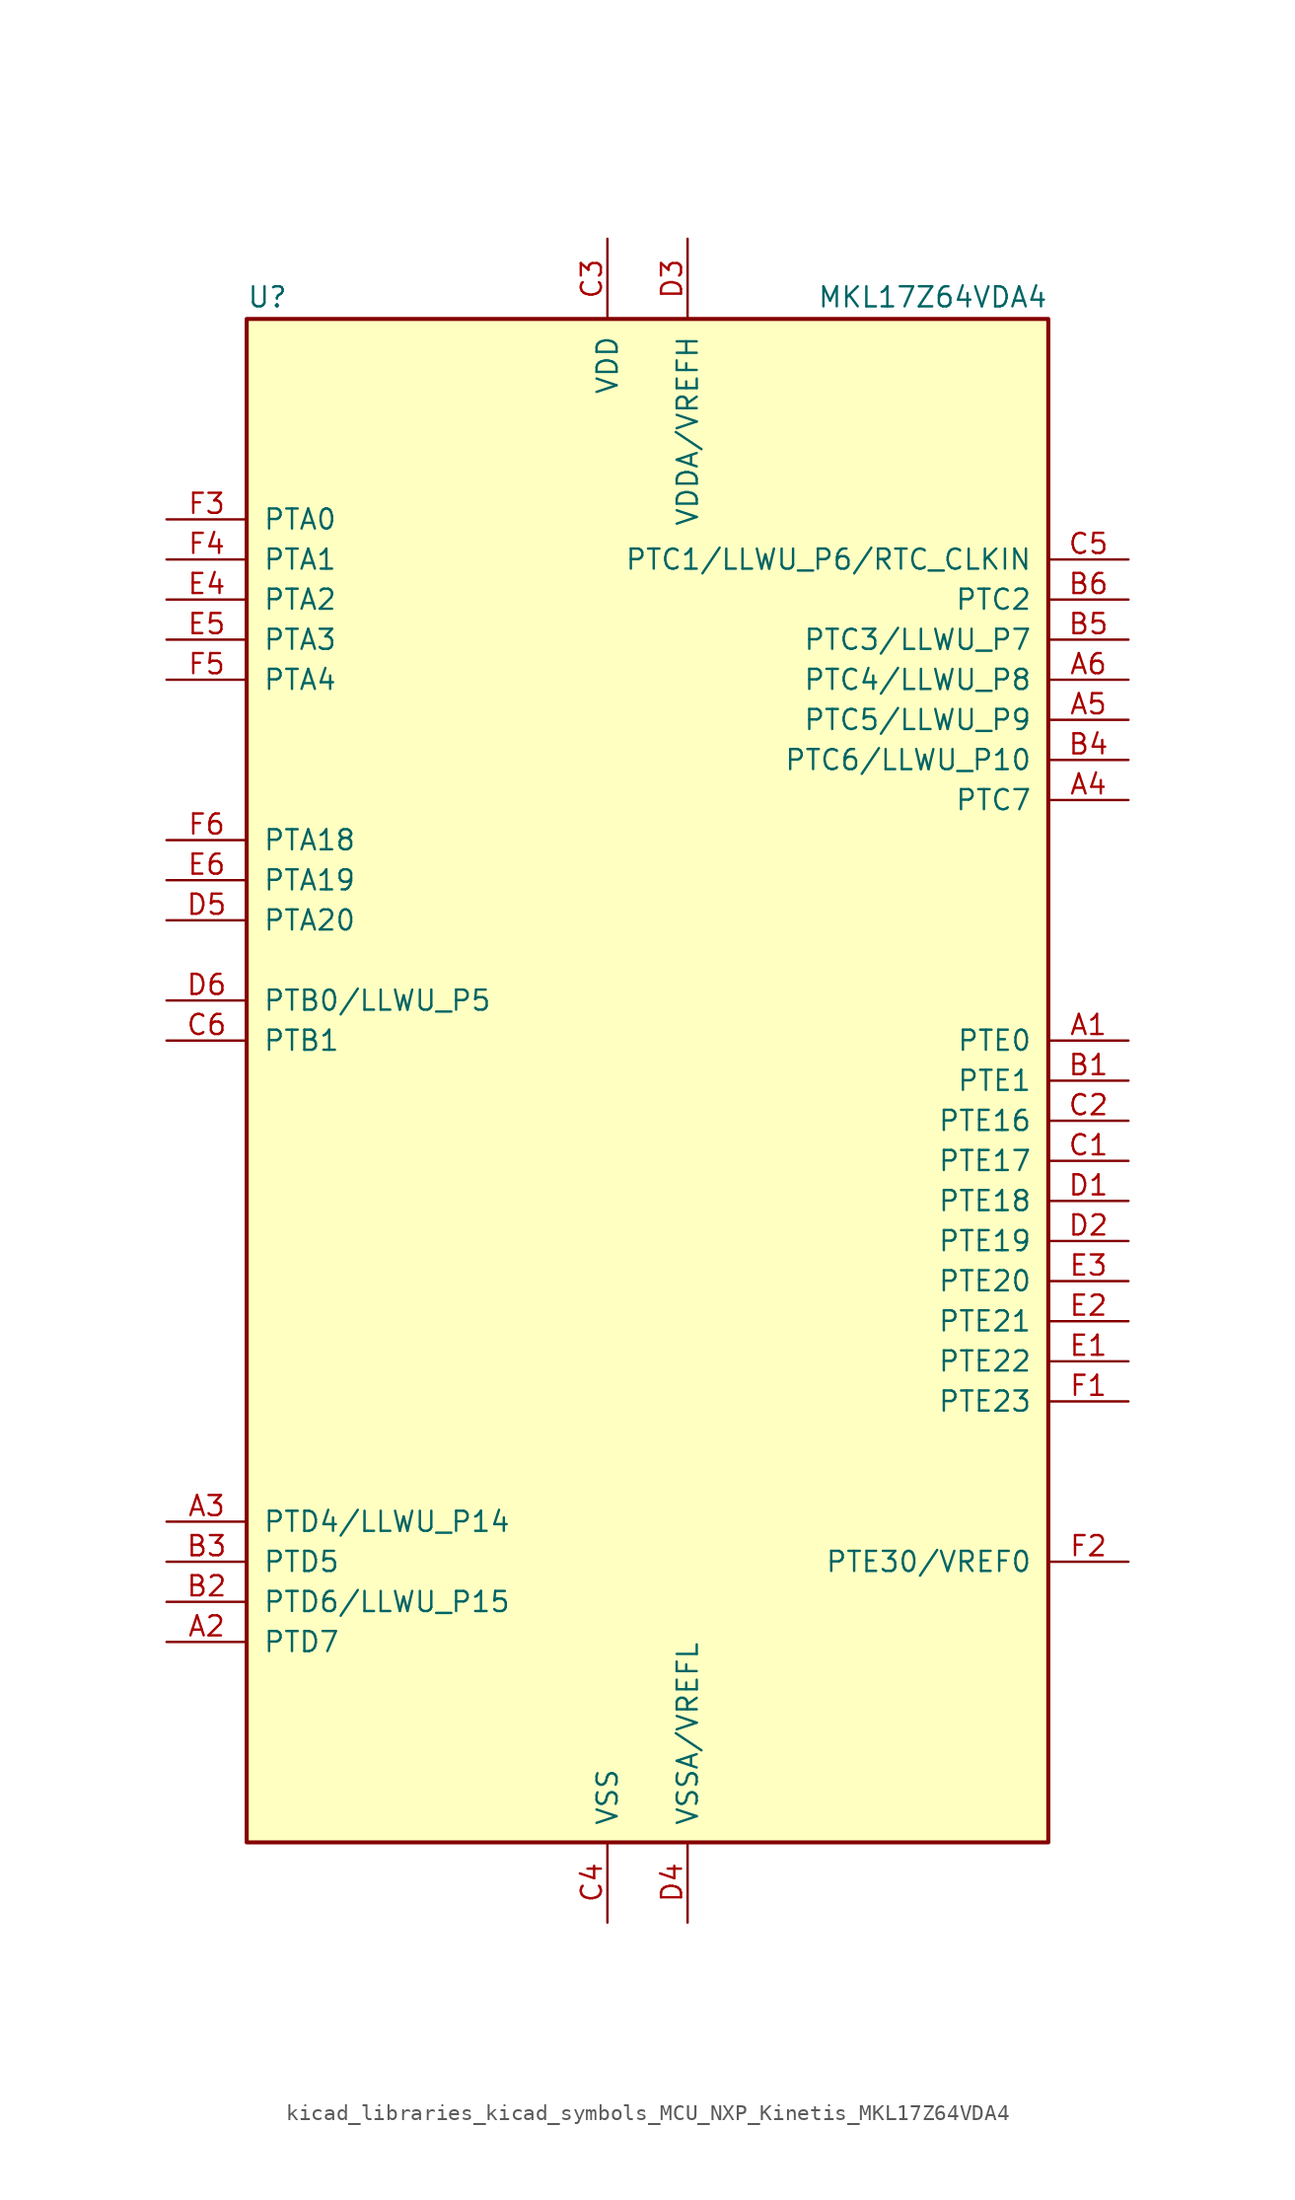
<source format=kicad_sym>
(kicad_symbol_lib
  (version 20220914)
  (generator kicad_symbol_editor)
  (symbol "kicad_libraries_kicad_symbols_MCU_NXP_Kinetis_MKL17Z64VDA4"
    (pin_names
      (offset 1.016))
    (property "Reference" "U"
      (at -25.4 48.895 0)
      (effects (font (size 1.27 1.27)) (justify left bottom)))
    (property "Value" "MKL17Z64VDA4"
      (at 25.4 48.895 0)
      (effects (font (size 1.27 1.27)) (justify right bottom)))
    (symbol "kicad_libraries_kicad_symbols_MCU_NXP_Kinetis_MKL17Z64VDA4_0_1"
      (rectangle (start -25.4 48.26) (end 25.4 -48.26) (stroke (width 0.254) (type default)) (fill (type background))))
    (symbol "kicad_libraries_kicad_symbols_MCU_NXP_Kinetis_MKL17Z64VDA4_1_1"
      (pin bidirectional line (at 30.48 2.54 180) (length 5.08) (name "PTE0" (effects (font (size 1.27 1.27)))) (number "A1" (effects (font (size 1.27 1.27)))))
      (pin bidirectional line (at -30.48 -35.56 0) (length 5.08) (name "PTD7" (effects (font (size 1.27 1.27)))) (number "A2" (effects (font (size 1.27 1.27)))))
      (pin bidirectional line (at -30.48 -27.94 0) (length 5.08) (name "PTD4/LLWU_P14" (effects (font (size 1.27 1.27)))) (number "A3" (effects (font (size 1.27 1.27)))))
      (pin bidirectional line (at 30.48 17.78 180) (length 5.08) (name "PTC7" (effects (font (size 1.27 1.27)))) (number "A4" (effects (font (size 1.27 1.27)))))
      (pin bidirectional line (at 30.48 22.86 180) (length 5.08) (name "PTC5/LLWU_P9" (effects (font (size 1.27 1.27)))) (number "A5" (effects (font (size 1.27 1.27)))))
      (pin bidirectional line (at 30.48 25.4 180) (length 5.08) (name "PTC4/LLWU_P8" (effects (font (size 1.27 1.27)))) (number "A6" (effects (font (size 1.27 1.27)))))
      (pin bidirectional line (at 30.48 0 180) (length 5.08) (name "PTE1" (effects (font (size 1.27 1.27)))) (number "B1" (effects (font (size 1.27 1.27)))))
      (pin bidirectional line (at -30.48 -33.02 0) (length 5.08) (name "PTD6/LLWU_P15" (effects (font (size 1.27 1.27)))) (number "B2" (effects (font (size 1.27 1.27)))))
      (pin bidirectional line (at -30.48 -30.48 0) (length 5.08) (name "PTD5" (effects (font (size 1.27 1.27)))) (number "B3" (effects (font (size 1.27 1.27)))))
      (pin bidirectional line (at 30.48 20.32 180) (length 5.08) (name "PTC6/LLWU_P10" (effects (font (size 1.27 1.27)))) (number "B4" (effects (font (size 1.27 1.27)))))
      (pin bidirectional line (at 30.48 27.94 180) (length 5.08) (name "PTC3/LLWU_P7" (effects (font (size 1.27 1.27)))) (number "B5" (effects (font (size 1.27 1.27)))))
      (pin bidirectional line (at 30.48 30.48 180) (length 5.08) (name "PTC2" (effects (font (size 1.27 1.27)))) (number "B6" (effects (font (size 1.27 1.27)))))
      (pin bidirectional line (at 30.48 -5.08 180) (length 5.08) (name "PTE17" (effects (font (size 1.27 1.27)))) (number "C1" (effects (font (size 1.27 1.27)))))
      (pin bidirectional line (at 30.48 -2.54 180) (length 5.08) (name "PTE16" (effects (font (size 1.27 1.27)))) (number "C2" (effects (font (size 1.27 1.27)))))
      (pin power_in line (at -2.54 53.34 270) (length 5.08) (name "VDD" (effects (font (size 1.27 1.27)))) (number "C3" (effects (font (size 1.27 1.27)))))
      (pin power_in line (at -2.54 -53.34 90) (length 5.08) (name "VSS" (effects (font (size 1.27 1.27)))) (number "C4" (effects (font (size 1.27 1.27)))))
      (pin bidirectional line (at 30.48 33.02 180) (length 5.08) (name "PTC1/LLWU_P6/RTC_CLKIN" (effects (font (size 1.27 1.27)))) (number "C5" (effects (font (size 1.27 1.27)))))
      (pin bidirectional line (at -30.48 2.54 0) (length 5.08) (name "PTB1" (effects (font (size 1.27 1.27)))) (number "C6" (effects (font (size 1.27 1.27)))))
      (pin bidirectional line (at 30.48 -7.62 180) (length 5.08) (name "PTE18" (effects (font (size 1.27 1.27)))) (number "D1" (effects (font (size 1.27 1.27)))))
      (pin bidirectional line (at 30.48 -10.16 180) (length 5.08) (name "PTE19" (effects (font (size 1.27 1.27)))) (number "D2" (effects (font (size 1.27 1.27)))))
      (pin power_in line (at 2.54 53.34 270) (length 5.08) (name "VDDA/VREFH" (effects (font (size 1.27 1.27)))) (number "D3" (effects (font (size 1.27 1.27)))))
      (pin power_in line (at 2.54 -53.34 90) (length 5.08) (name "VSSA/VREFL" (effects (font (size 1.27 1.27)))) (number "D4" (effects (font (size 1.27 1.27)))))
      (pin bidirectional line (at -30.48 10.16 0) (length 5.08) (name "PTA20" (effects (font (size 1.27 1.27)))) (number "D5" (effects (font (size 1.27 1.27)))))
      (pin bidirectional line (at -30.48 5.08 0) (length 5.08) (name "PTB0/LLWU_P5" (effects (font (size 1.27 1.27)))) (number "D6" (effects (font (size 1.27 1.27)))))
      (pin bidirectional line (at 30.48 -17.78 180) (length 5.08) (name "PTE22" (effects (font (size 1.27 1.27)))) (number "E1" (effects (font (size 1.27 1.27)))))
      (pin bidirectional line (at 30.48 -15.24 180) (length 5.08) (name "PTE21" (effects (font (size 1.27 1.27)))) (number "E2" (effects (font (size 1.27 1.27)))))
      (pin bidirectional line (at 30.48 -12.7 180) (length 5.08) (name "PTE20" (effects (font (size 1.27 1.27)))) (number "E3" (effects (font (size 1.27 1.27)))))
      (pin bidirectional line (at -30.48 30.48 0) (length 5.08) (name "PTA2" (effects (font (size 1.27 1.27)))) (number "E4" (effects (font (size 1.27 1.27)))))
      (pin bidirectional line (at -30.48 27.94 0) (length 5.08) (name "PTA3" (effects (font (size 1.27 1.27)))) (number "E5" (effects (font (size 1.27 1.27)))))
      (pin bidirectional line (at -30.48 12.7 0) (length 5.08) (name "PTA19" (effects (font (size 1.27 1.27)))) (number "E6" (effects (font (size 1.27 1.27)))))
      (pin bidirectional line (at 30.48 -20.32 180) (length 5.08) (name "PTE23" (effects (font (size 1.27 1.27)))) (number "F1" (effects (font (size 1.27 1.27)))))
      (pin bidirectional line (at 30.48 -30.48 180) (length 5.08) (name "PTE30/VREF0" (effects (font (size 1.27 1.27)))) (number "F2" (effects (font (size 1.27 1.27)))))
      (pin bidirectional line (at -30.48 35.56 0) (length 5.08) (name "PTA0" (effects (font (size 1.27 1.27)))) (number "F3" (effects (font (size 1.27 1.27)))))
      (pin bidirectional line (at -30.48 33.02 0) (length 5.08) (name "PTA1" (effects (font (size 1.27 1.27)))) (number "F4" (effects (font (size 1.27 1.27)))))
      (pin bidirectional line (at -30.48 25.4 0) (length 5.08) (name "PTA4" (effects (font (size 1.27 1.27)))) (number "F5" (effects (font (size 1.27 1.27)))))
      (pin bidirectional line (at -30.48 15.24 0) (length 5.08) (name "PTA18" (effects (font (size 1.27 1.27)))) (number "F6" (effects (font (size 1.27 1.27))))))))
</source>
